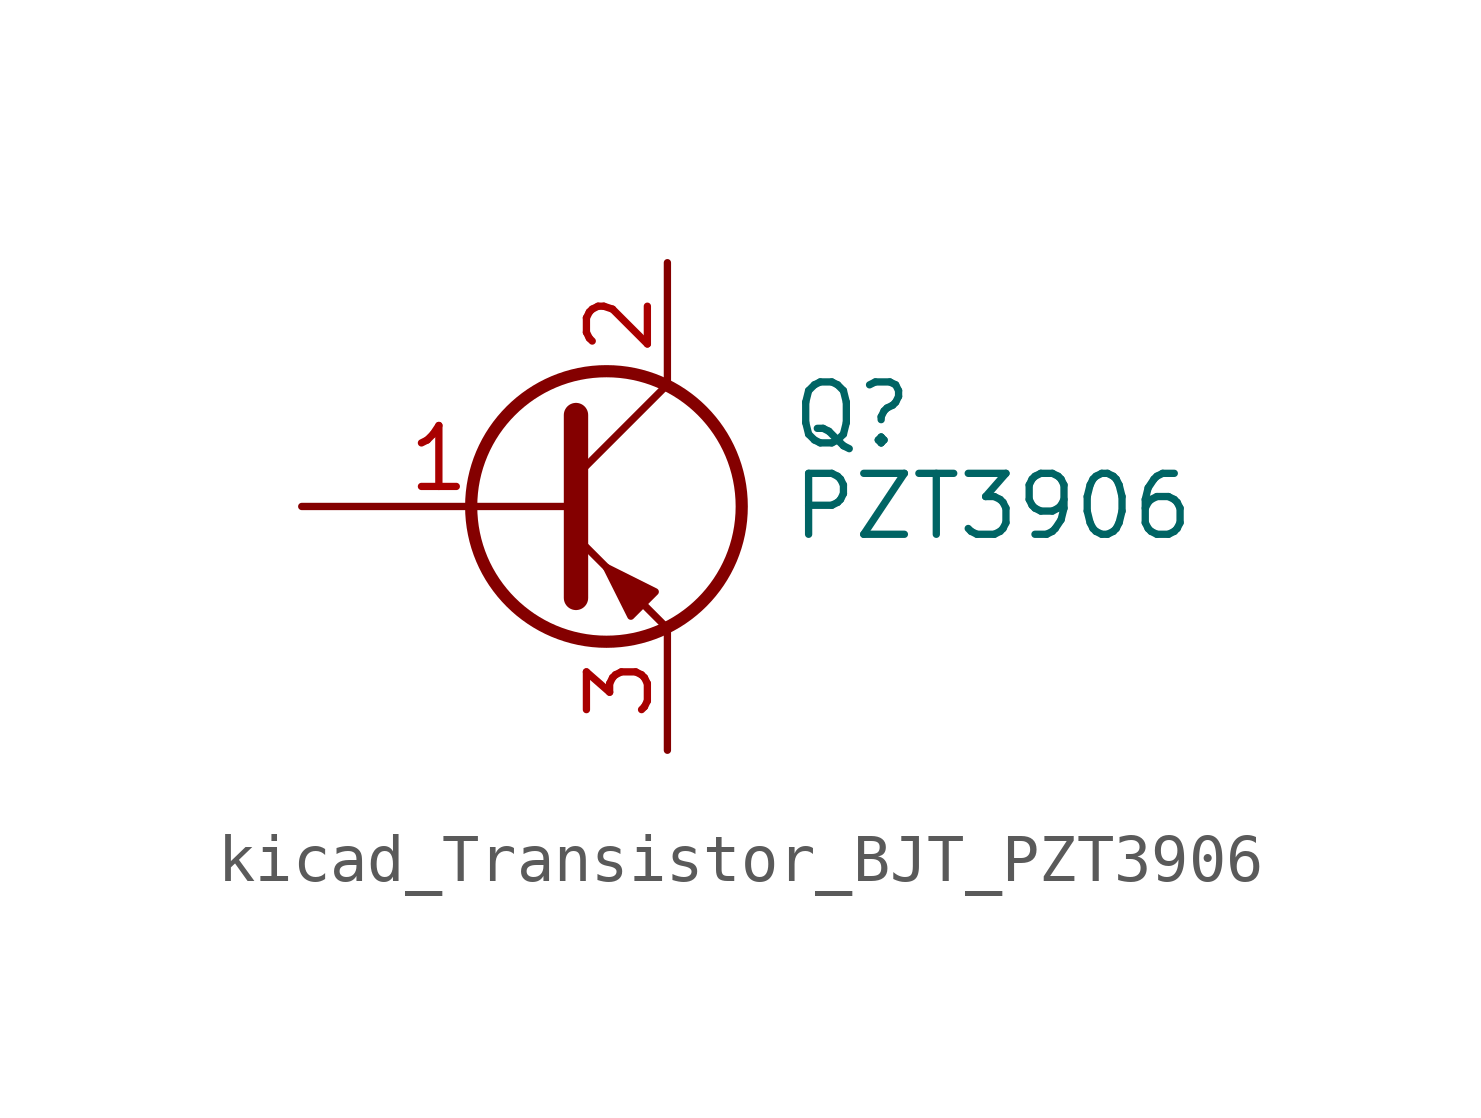
<source format=kicad_sym>
(kicad_symbol_lib
  (version 20220914)
  (generator kicad_symbol_editor)
  (symbol "kicad_Transistor_BJT_PZT3906"
    (pin_names
      (offset 0) hide)
    (property "Reference" "Q"
      (at 5.08 1.905 0)
      (effects (font (size 1.27 1.27)) (justify left)))
    (property "Value" "PZT3906"
      (at 5.08 0 0)
      (effects (font (size 1.27 1.27)) (justify left)))
    (symbol "kicad_Transistor_BJT_PZT3906_0_1"
      (polyline (pts (xy 0.635 0.635) (xy 2.54 2.54)) (stroke (width 0) (type default)) (fill (type none)))
      (polyline (pts (xy 0.635 -0.635) (xy 2.54 -2.54) (xy 2.54 -2.54)) (stroke (width 0) (type default)) (fill (type none)))
      (polyline (pts (xy 0.635 1.905) (xy 0.635 -1.905) (xy 0.635 -1.905)) (stroke (width 0.508) (type default)) (fill (type none)))
      (polyline (pts (xy 2.286 -1.778) (xy 1.778 -2.286) (xy 1.27 -1.27) (xy 2.286 -1.778) (xy 2.286 -1.778)) (stroke (width 0) (type default)) (fill (type outline)))
      (circle (center 1.27 0) (radius 2.819) (stroke (width 0.254) (type default)) (fill (type none))))
    (symbol "kicad_Transistor_BJT_PZT3906_1_1"
      (pin input line (at -5.08 0 0) (length 5.715) (name "B" (effects (font (size 1.27 1.27)))) (number "1" (effects (font (size 1.27 1.27)))))
      (pin passive line (at 2.54 5.08 270) (length 2.54) (name "C" (effects (font (size 1.27 1.27)))) (number "2" (effects (font (size 1.27 1.27)))))
      (pin passive line (at 2.54 -5.08 90) (length 2.54) (name "E" (effects (font (size 1.27 1.27)))) (number "3" (effects (font (size 1.27 1.27)))))
      (pin passive line (at 2.54 5.08 270) (length 2.54) hide (name "C" (effects (font (size 1.27 1.27)))) (number "4" (effects (font (size 1.27 1.27))))))))
</source>
